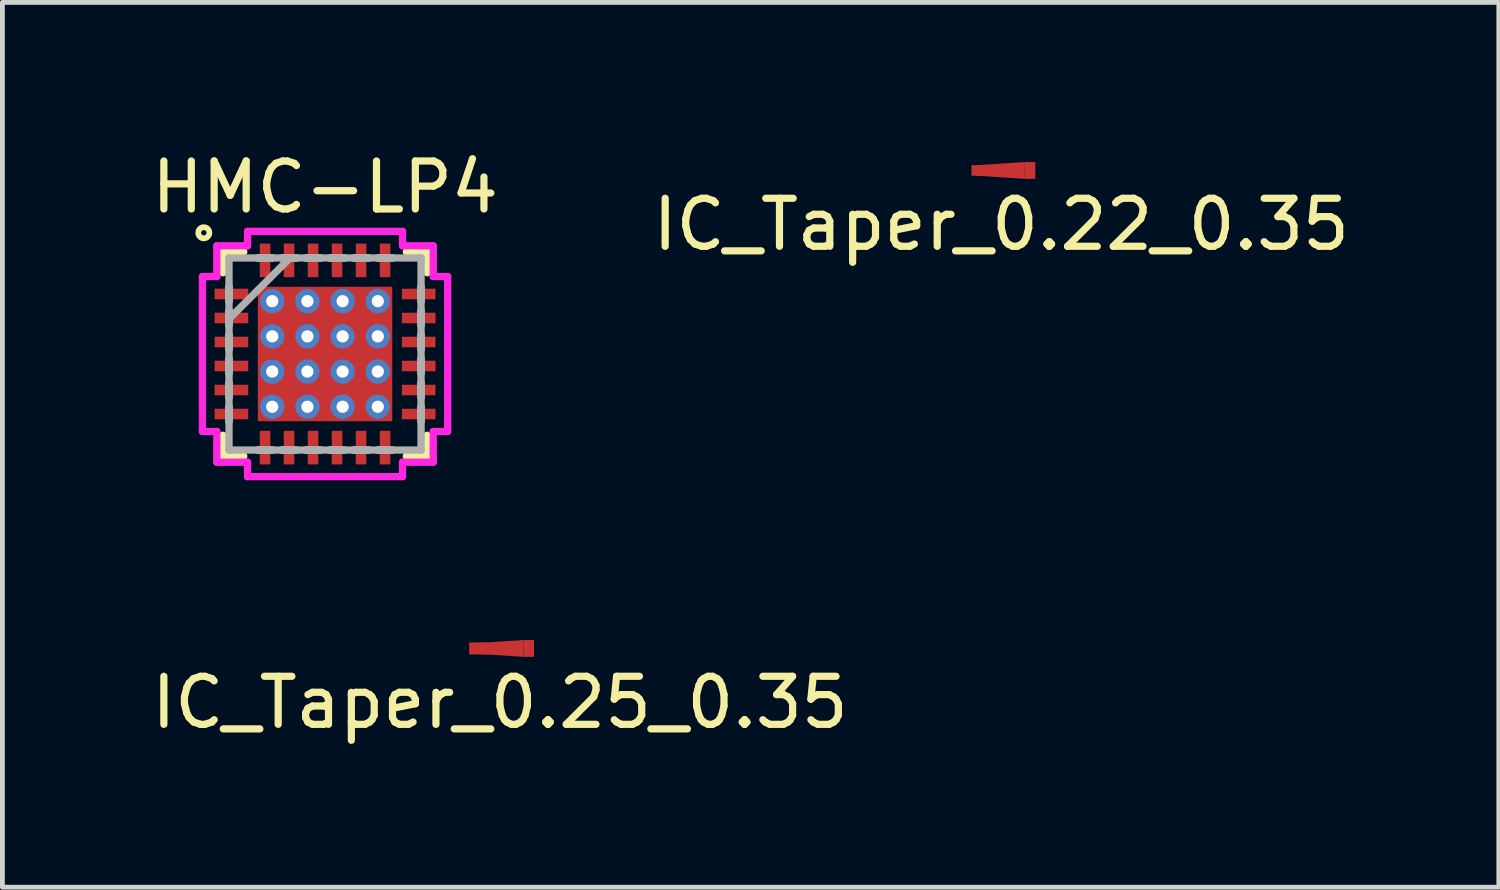
<source format=kicad_pcb>
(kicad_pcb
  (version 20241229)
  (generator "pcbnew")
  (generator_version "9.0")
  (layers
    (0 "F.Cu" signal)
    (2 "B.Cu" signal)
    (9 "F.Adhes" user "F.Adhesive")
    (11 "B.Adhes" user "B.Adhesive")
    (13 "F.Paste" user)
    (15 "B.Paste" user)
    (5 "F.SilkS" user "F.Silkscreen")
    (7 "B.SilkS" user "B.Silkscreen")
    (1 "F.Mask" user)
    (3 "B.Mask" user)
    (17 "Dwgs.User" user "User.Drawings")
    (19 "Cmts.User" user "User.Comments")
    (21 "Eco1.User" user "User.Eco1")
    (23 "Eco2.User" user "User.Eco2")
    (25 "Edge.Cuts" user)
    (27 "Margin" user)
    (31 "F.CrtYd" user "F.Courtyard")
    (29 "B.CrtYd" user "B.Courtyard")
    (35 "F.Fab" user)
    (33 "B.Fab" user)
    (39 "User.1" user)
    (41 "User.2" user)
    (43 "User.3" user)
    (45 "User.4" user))
  (footprint "IC_Taper_0.25_0.35"
    (layer "F.Cu")
    (at 7.353 10.456)
    (property "Reference" "IC_Taper_0.25_0.35" (at 0.01 1.125 180) (layer "F.SilkS") (effects (font (size 1 1) (thickness 0.15))))
    (attr through_hole)
    (fp_poly (pts (xy -0.5 0) (xy -0.5 -0.11) (xy 0.5 -0.175) (xy 0.5 0) (xy 0.5 0.175) (xy -0.5 0.11) (xy -0.5 0)) (stroke (width 0) (type solid)) (fill yes) (layer "F.Cu"))
    (pad "" smd rect (at 0.045 -0.003) (size 1.353 1) (layers "F.Mask"))
    (pad "1" smd rect (at -0.43 0) (size 0.4 0.25) (layers "F.Cu"))
    (pad "2" smd rect (at 0.61 0) (size 0.22 0.35) (layers "F.Cu")))
  (footprint "HMC-LP4"
    (layer "F.Cu")
    (at 3.72 4.323)
    (property "Reference" "HMC-LP4" (at 0 -3.475 0) (layer "F.SilkS") (effects (font (size 1 1) (thickness 0.15))))
    (attr through_hole)
    (fp_line (start -2.127 -2.127) (end -2.127 -1.693) (stroke (width 0.152) (type solid)) (layer "F.SilkS"))
    (fp_line (start -2.127 1.693) (end -2.127 2.127) (stroke (width 0.152) (type solid)) (layer "F.SilkS"))
    (fp_line (start -2.127 2.127) (end -1.693 2.127) (stroke (width 0.152) (type solid)) (layer "F.SilkS"))
    (fp_line (start -1.693 -2.127) (end -2.127 -2.127) (stroke (width 0.152) (type solid)) (layer "F.SilkS"))
    (fp_line (start 1.693 2.127) (end 2.127 2.127) (stroke (width 0.152) (type solid)) (layer "F.SilkS"))
    (fp_line (start 2.127 -2.127) (end 1.693 -2.127) (stroke (width 0.152) (type solid)) (layer "F.SilkS"))
    (fp_line (start 2.127 -1.693) (end 2.127 -2.127) (stroke (width 0.152) (type solid)) (layer "F.SilkS"))
    (fp_line (start 2.127 2.127) (end 2.127 1.693) (stroke (width 0.152) (type solid)) (layer "F.SilkS"))
    (fp_circle (center -2.525 -2.525) (end -2.575 -2.55) (stroke (width 0.12) (type solid)) (fill no) (layer "F.SilkS"))
    (fp_line (start -2.554 -1.614) (end -2.254 -1.614) (stroke (width 0.152) (type solid)) (layer "F.CrtYd"))
    (fp_line (start -2.554 1.614) (end -2.554 -1.614) (stroke (width 0.152) (type solid)) (layer "F.CrtYd"))
    (fp_line (start -2.254 -2.254) (end -1.614 -2.254) (stroke (width 0.152) (type solid)) (layer "F.CrtYd"))
    (fp_line (start -2.254 -1.614) (end -2.254 -2.254) (stroke (width 0.152) (type solid)) (layer "F.CrtYd"))
    (fp_line (start -2.254 1.614) (end -2.554 1.614) (stroke (width 0.152) (type solid)) (layer "F.CrtYd"))
    (fp_line (start -2.254 2.254) (end -2.254 1.614) (stroke (width 0.152) (type solid)) (layer "F.CrtYd"))
    (fp_line (start -1.614 -2.554) (end 1.614 -2.554) (stroke (width 0.152) (type solid)) (layer "F.CrtYd"))
    (fp_line (start -1.614 -2.254) (end -1.614 -2.554) (stroke (width 0.152) (type solid)) (layer "F.CrtYd"))
    (fp_line (start -1.614 2.254) (end -2.254 2.254) (stroke (width 0.152) (type solid)) (layer "F.CrtYd"))
    (fp_line (start -1.614 2.554) (end -1.614 2.254) (stroke (width 0.152) (type solid)) (layer "F.CrtYd"))
    (fp_line (start 1.614 -2.554) (end 1.614 -2.254) (stroke (width 0.152) (type solid)) (layer "F.CrtYd"))
    (fp_line (start 1.614 -2.254) (end 2.254 -2.254) (stroke (width 0.152) (type solid)) (layer "F.CrtYd"))
    (fp_line (start 1.614 2.254) (end 1.614 2.554) (stroke (width 0.152) (type solid)) (layer "F.CrtYd"))
    (fp_line (start 1.614 2.554) (end -1.614 2.554) (stroke (width 0.152) (type solid)) (layer "F.CrtYd"))
    (fp_line (start 2.254 -2.254) (end 2.254 -1.614) (stroke (width 0.152) (type solid)) (layer "F.CrtYd"))
    (fp_line (start 2.254 -1.614) (end 2.554 -1.614) (stroke (width 0.152) (type solid)) (layer "F.CrtYd"))
    (fp_line (start 2.254 1.614) (end 2.254 2.254) (stroke (width 0.152) (type solid)) (layer "F.CrtYd"))
    (fp_line (start 2.254 2.254) (end 1.614 2.254) (stroke (width 0.152) (type solid)) (layer "F.CrtYd"))
    (fp_line (start 2.554 -1.614) (end 2.554 1.614) (stroke (width 0.152) (type solid)) (layer "F.CrtYd"))
    (fp_line (start 2.554 1.614) (end 2.254 1.614) (stroke (width 0.152) (type solid)) (layer "F.CrtYd"))
    (fp_line (start -2 -2) (end -2 -2) (stroke (width 0.152) (type solid)) (layer "F.Fab"))
    (fp_line (start -2 -2) (end -2 2) (stroke (width 0.152) (type solid)) (layer "F.Fab"))
    (fp_line (start -2 -1.4) (end -2 -1.4) (stroke (width 0.152) (type solid)) (layer "F.Fab"))
    (fp_line (start -2 -1.4) (end -2 -1.1) (stroke (width 0.152) (type solid)) (layer "F.Fab"))
    (fp_line (start -2 -1.1) (end -2 -1.4) (stroke (width 0.152) (type solid)) (layer "F.Fab"))
    (fp_line (start -2 -1.1) (end -2 -1.1) (stroke (width 0.152) (type solid)) (layer "F.Fab"))
    (fp_line (start -2 -0.9) (end -2 -0.9) (stroke (width 0.152) (type solid)) (layer "F.Fab"))
    (fp_line (start -2 -0.9) (end -2 -0.6) (stroke (width 0.152) (type solid)) (layer "F.Fab"))
    (fp_line (start -2 -0.73) (end -0.73 -2) (stroke (width 0.152) (type solid)) (layer "F.Fab"))
    (fp_line (start -2 -0.6) (end -2 -0.9) (stroke (width 0.152) (type solid)) (layer "F.Fab"))
    (fp_line (start -2 -0.6) (end -2 -0.6) (stroke (width 0.152) (type solid)) (layer "F.Fab"))
    (fp_line (start -2 -0.4) (end -2 -0.4) (stroke (width 0.152) (type solid)) (layer "F.Fab"))
    (fp_line (start -2 -0.4) (end -2 -0.1) (stroke (width 0.152) (type solid)) (layer "F.Fab"))
    (fp_line (start -2 -0.1) (end -2 -0.4) (stroke (width 0.152) (type solid)) (layer "F.Fab"))
    (fp_line (start -2 -0.1) (end -2 -0.1) (stroke (width 0.152) (type solid)) (layer "F.Fab"))
    (fp_line (start -2 0.1) (end -2 0.1) (stroke (width 0.152) (type solid)) (layer "F.Fab"))
    (fp_line (start -2 0.1) (end -2 0.4) (stroke (width 0.152) (type solid)) (layer "F.Fab"))
    (fp_line (start -2 0.4) (end -2 0.1) (stroke (width 0.152) (type solid)) (layer "F.Fab"))
    (fp_line (start -2 0.4) (end -2 0.4) (stroke (width 0.152) (type solid)) (layer "F.Fab"))
    (fp_line (start -2 0.6) (end -2 0.6) (stroke (width 0.152) (type solid)) (layer "F.Fab"))
    (fp_line (start -2 0.6) (end -2 0.9) (stroke (width 0.152) (type solid)) (layer "F.Fab"))
    (fp_line (start -2 0.9) (end -2 0.6) (stroke (width 0.152) (type solid)) (layer "F.Fab"))
    (fp_line (start -2 0.9) (end -2 0.9) (stroke (width 0.152) (type solid)) (layer "F.Fab"))
    (fp_line (start -2 1.1) (end -2 1.1) (stroke (width 0.152) (type solid)) (layer "F.Fab"))
    (fp_line (start -2 1.1) (end -2 1.4) (stroke (width 0.152) (type solid)) (layer "F.Fab"))
    (fp_line (start -2 1.4) (end -2 1.1) (stroke (width 0.152) (type solid)) (layer "F.Fab"))
    (fp_line (start -2 1.4) (end -2 1.4) (stroke (width 0.152) (type solid)) (layer "F.Fab"))
    (fp_line (start -2 2) (end -2 2) (stroke (width 0.152) (type solid)) (layer "F.Fab"))
    (fp_line (start -2 2) (end 2 2) (stroke (width 0.152) (type solid)) (layer "F.Fab"))
    (fp_line (start -1.4 -2) (end -1.4 -2) (stroke (width 0.152) (type solid)) (layer "F.Fab"))
    (fp_line (start -1.4 -2) (end -1.1 -2) (stroke (width 0.152) (type solid)) (layer "F.Fab"))
    (fp_line (start -1.4 2) (end -1.4 2) (stroke (width 0.152) (type solid)) (layer "F.Fab"))
    (fp_line (start -1.4 2) (end -1.1 2) (stroke (width 0.152) (type solid)) (layer "F.Fab"))
    (fp_line (start -1.1 -2) (end -1.4 -2) (stroke (width 0.152) (type solid)) (layer "F.Fab"))
    (fp_line (start -1.1 -2) (end -1.1 -2) (stroke (width 0.152) (type solid)) (layer "F.Fab"))
    (fp_line (start -1.1 2) (end -1.4 2) (stroke (width 0.152) (type solid)) (layer "F.Fab"))
    (fp_line (start -1.1 2) (end -1.1 2) (stroke (width 0.152) (type solid)) (layer "F.Fab"))
    (fp_line (start -0.9 -2) (end -0.9 -2) (stroke (width 0.152) (type solid)) (layer "F.Fab"))
    (fp_line (start -0.9 -2) (end -0.6 -2) (stroke (width 0.152) (type solid)) (layer "F.Fab"))
    (fp_line (start -0.9 2) (end -0.9 2) (stroke (width 0.152) (type solid)) (layer "F.Fab"))
    (fp_line (start -0.9 2) (end -0.6 2) (stroke (width 0.152) (type solid)) (layer "F.Fab"))
    (fp_line (start -0.6 -2) (end -0.9 -2) (stroke (width 0.152) (type solid)) (layer "F.Fab"))
    (fp_line (start -0.6 -2) (end -0.6 -2) (stroke (width 0.152) (type solid)) (layer "F.Fab"))
    (fp_line (start -0.6 2) (end -0.9 2) (stroke (width 0.152) (type solid)) (layer "F.Fab"))
    (fp_line (start -0.6 2) (end -0.6 2) (stroke (width 0.152) (type solid)) (layer "F.Fab"))
    (fp_line (start -0.4 -2) (end -0.4 -2) (stroke (width 0.152) (type solid)) (layer "F.Fab"))
    (fp_line (start -0.4 -2) (end -0.1 -2) (stroke (width 0.152) (type solid)) (layer "F.Fab"))
    (fp_line (start -0.4 2) (end -0.4 2) (stroke (width 0.152) (type solid)) (layer "F.Fab"))
    (fp_line (start -0.4 2) (end -0.1 2) (stroke (width 0.152) (type solid)) (layer "F.Fab"))
    (fp_line (start -0.1 -2) (end -0.4 -2) (stroke (width 0.152) (type solid)) (layer "F.Fab"))
    (fp_line (start -0.1 -2) (end -0.1 -2) (stroke (width 0.152) (type solid)) (layer "F.Fab"))
    (fp_line (start -0.1 2) (end -0.4 2) (stroke (width 0.152) (type solid)) (layer "F.Fab"))
    (fp_line (start -0.1 2) (end -0.1 2) (stroke (width 0.152) (type solid)) (layer "F.Fab"))
    (fp_line (start 0.1 -2) (end 0.1 -2) (stroke (width 0.152) (type solid)) (layer "F.Fab"))
    (fp_line (start 0.1 -2) (end 0.4 -2) (stroke (width 0.152) (type solid)) (layer "F.Fab"))
    (fp_line (start 0.1 2) (end 0.1 2) (stroke (width 0.152) (type solid)) (layer "F.Fab"))
    (fp_line (start 0.1 2) (end 0.4 2) (stroke (width 0.152) (type solid)) (layer "F.Fab"))
    (fp_line (start 0.4 -2) (end 0.1 -2) (stroke (width 0.152) (type solid)) (layer "F.Fab"))
    (fp_line (start 0.4 -2) (end 0.4 -2) (stroke (width 0.152) (type solid)) (layer "F.Fab"))
    (fp_line (start 0.4 2) (end 0.1 2) (stroke (width 0.152) (type solid)) (layer "F.Fab"))
    (fp_line (start 0.4 2) (end 0.4 2) (stroke (width 0.152) (type solid)) (layer "F.Fab"))
    (fp_line (start 0.6 -2) (end 0.6 -2) (stroke (width 0.152) (type solid)) (layer "F.Fab"))
    (fp_line (start 0.6 -2) (end 0.9 -2) (stroke (width 0.152) (type solid)) (layer "F.Fab"))
    (fp_line (start 0.6 2) (end 0.6 2) (stroke (width 0.152) (type solid)) (layer "F.Fab"))
    (fp_line (start 0.6 2) (end 0.9 2) (stroke (width 0.152) (type solid)) (layer "F.Fab"))
    (fp_line (start 0.9 -2) (end 0.6 -2) (stroke (width 0.152) (type solid)) (layer "F.Fab"))
    (fp_line (start 0.9 -2) (end 0.9 -2) (stroke (width 0.152) (type solid)) (layer "F.Fab"))
    (fp_line (start 0.9 2) (end 0.6 2) (stroke (width 0.152) (type solid)) (layer "F.Fab"))
    (fp_line (start 0.9 2) (end 0.9 2) (stroke (width 0.152) (type solid)) (layer "F.Fab"))
    (fp_line (start 1.1 -2) (end 1.1 -2) (stroke (width 0.152) (type solid)) (layer "F.Fab"))
    (fp_line (start 1.1 -2) (end 1.4 -2) (stroke (width 0.152) (type solid)) (layer "F.Fab"))
    (fp_line (start 1.1 2) (end 1.1 2) (stroke (width 0.152) (type solid)) (layer "F.Fab"))
    (fp_line (start 1.1 2) (end 1.4 2) (stroke (width 0.152) (type solid)) (layer "F.Fab"))
    (fp_line (start 1.4 -2) (end 1.1 -2) (stroke (width 0.152) (type solid)) (layer "F.Fab"))
    (fp_line (start 1.4 -2) (end 1.4 -2) (stroke (width 0.152) (type solid)) (layer "F.Fab"))
    (fp_line (start 1.4 2) (end 1.1 2) (stroke (width 0.152) (type solid)) (layer "F.Fab"))
    (fp_line (start 1.4 2) (end 1.4 2) (stroke (width 0.152) (type solid)) (layer "F.Fab"))
    (fp_line (start 2 -2) (end -2 -2) (stroke (width 0.152) (type solid)) (layer "F.Fab"))
    (fp_line (start 2 -2) (end 2 -2) (stroke (width 0.152) (type solid)) (layer "F.Fab"))
    (fp_line (start 2 -1.4) (end 2 -1.4) (stroke (width 0.152) (type solid)) (layer "F.Fab"))
    (fp_line (start 2 -1.4) (end 2 -1.1) (stroke (width 0.152) (type solid)) (layer "F.Fab"))
    (fp_line (start 2 -1.1) (end 2 -1.4) (stroke (width 0.152) (type solid)) (layer "F.Fab"))
    (fp_line (start 2 -1.1) (end 2 -1.1) (stroke (width 0.152) (type solid)) (layer "F.Fab"))
    (fp_line (start 2 -0.9) (end 2 -0.9) (stroke (width 0.152) (type solid)) (layer "F.Fab"))
    (fp_line (start 2 -0.9) (end 2 -0.6) (stroke (width 0.152) (type solid)) (layer "F.Fab"))
    (fp_line (start 2 -0.6) (end 2 -0.9) (stroke (width 0.152) (type solid)) (layer "F.Fab"))
    (fp_line (start 2 -0.6) (end 2 -0.6) (stroke (width 0.152) (type solid)) (layer "F.Fab"))
    (fp_line (start 2 -0.4) (end 2 -0.4) (stroke (width 0.152) (type solid)) (layer "F.Fab"))
    (fp_line (start 2 -0.4) (end 2 -0.1) (stroke (width 0.152) (type solid)) (layer "F.Fab"))
    (fp_line (start 2 -0.1) (end 2 -0.4) (stroke (width 0.152) (type solid)) (layer "F.Fab"))
    (fp_line (start 2 -0.1) (end 2 -0.1) (stroke (width 0.152) (type solid)) (layer "F.Fab"))
    (fp_line (start 2 0.1) (end 2 0.1) (stroke (width 0.152) (type solid)) (layer "F.Fab"))
    (fp_line (start 2 0.1) (end 2 0.4) (stroke (width 0.152) (type solid)) (layer "F.Fab"))
    (fp_line (start 2 0.4) (end 2 0.1) (stroke (width 0.152) (type solid)) (layer "F.Fab"))
    (fp_line (start 2 0.4) (end 2 0.4) (stroke (width 0.152) (type solid)) (layer "F.Fab"))
    (fp_line (start 2 0.6) (end 2 0.6) (stroke (width 0.152) (type solid)) (layer "F.Fab"))
    (fp_line (start 2 0.6) (end 2 0.9) (stroke (width 0.152) (type solid)) (layer "F.Fab"))
    (fp_line (start 2 0.9) (end 2 0.6) (stroke (width 0.152) (type solid)) (layer "F.Fab"))
    (fp_line (start 2 0.9) (end 2 0.9) (stroke (width 0.152) (type solid)) (layer "F.Fab"))
    (fp_line (start 2 1.1) (end 2 1.1) (stroke (width 0.152) (type solid)) (layer "F.Fab"))
    (fp_line (start 2 1.1) (end 2 1.4) (stroke (width 0.152) (type solid)) (layer "F.Fab"))
    (fp_line (start 2 1.4) (end 2 1.1) (stroke (width 0.152) (type solid)) (layer "F.Fab"))
    (fp_line (start 2 1.4) (end 2 1.4) (stroke (width 0.152) (type solid)) (layer "F.Fab"))
    (fp_line (start 2 2) (end 2 -2) (stroke (width 0.152) (type solid)) (layer "F.Fab"))
    (fp_line (start 2 2) (end 2 2) (stroke (width 0.152) (type solid)) (layer "F.Fab"))
    (pad "" smd roundrect (at -1.95 -1.25 90) (size 0.15 0.63) (layers "F.Paste") (roundrect_rratio 0.5))
    (pad "" smd roundrect (at -1.95 -0.75 90) (size 0.15 0.63) (layers "F.Paste") (roundrect_rratio 0.5))
    (pad "" smd roundrect (at -1.95 -0.25 90) (size 0.15 0.63) (layers "F.Paste") (roundrect_rratio 0.5))
    (pad "" smd roundrect (at -1.95 0.25 90) (size 0.15 0.63) (layers "F.Paste") (roundrect_rratio 0.5))
    (pad "" smd roundrect (at -1.95 0.75 90) (size 0.15 0.63) (layers "F.Paste") (roundrect_rratio 0.5))
    (pad "" smd roundrect (at -1.95 1.25 90) (size 0.15 0.63) (layers "F.Paste") (roundrect_rratio 0.5))
    (pad "" smd rect (at -1.925 0) (size 0.762 2.946) (layers "F.Mask"))
    (pad "" smd roundrect (at -1.25 -1.95 90) (size 0.63 0.15) (layers "F.Paste") (roundrect_rratio 0.5))
    (pad "" smd roundrect (at -1.25 1.95 90) (size 0.63 0.15) (layers "F.Paste") (roundrect_rratio 0.5))
    (pad "" smd roundrect (at -0.75 -1.95 90) (size 0.63 0.15) (layers "F.Paste") (roundrect_rratio 0.5))
    (pad "" smd roundrect (at -0.75 1.95 90) (size 0.63 0.15) (layers "F.Paste") (roundrect_rratio 0.5))
    (pad "" smd roundrect (at -0.6 -0.6) (size 1 1) (layers "F.Paste") (roundrect_rratio 0.25))
    (pad "" smd roundrect (at -0.6 0.6) (size 1 1) (layers "F.Paste") (roundrect_rratio 0.25))
    (pad "" smd roundrect (at -0.25 -1.95 90) (size 0.63 0.15) (layers "F.Paste") (roundrect_rratio 0.5))
    (pad "" smd roundrect (at -0.25 1.95 90) (size 0.63 0.15) (layers "F.Paste") (roundrect_rratio 0.5))
    (pad "" smd rect (at 0 -1.925) (size 2.946 0.762) (layers "F.Mask"))
    (pad "" smd rect (at 0 0) (size 2.6 2.6) (layers "F.Mask"))
    (pad "" smd rect (at 0 1.925) (size 2.946 0.762) (layers "F.Mask"))
    (pad "" smd roundrect (at 0.25 -1.95 90) (size 0.63 0.15) (layers "F.Paste") (roundrect_rratio 0.5))
    (pad "" smd roundrect (at 0.25 1.95 90) (size 0.63 0.15) (layers "F.Paste") (roundrect_rratio 0.5))
    (pad "" smd roundrect (at 0.6 -0.6) (size 1 1) (layers "F.Paste") (roundrect_rratio 0.25))
    (pad "" smd roundrect (at 0.6 0.6) (size 1 1) (layers "F.Paste") (roundrect_rratio 0.25))
    (pad "" smd roundrect (at 0.75 -1.95 90) (size 0.63 0.15) (layers "F.Paste") (roundrect_rratio 0.5))
    (pad "" smd roundrect (at 0.75 1.95 90) (size 0.63 0.15) (layers "F.Paste") (roundrect_rratio 0.5))
    (pad "" smd roundrect (at 1.25 -1.95 90) (size 0.63 0.15) (layers "F.Paste") (roundrect_rratio 0.5))
    (pad "" smd roundrect (at 1.25 1.95 90) (size 0.63 0.15) (layers "F.Paste") (roundrect_rratio 0.5))
    (pad "" smd rect (at 1.925 0) (size 0.762 2.946) (layers "F.Mask"))
    (pad "" smd roundrect (at 1.95 -1.25 90) (size 0.15 0.63) (layers "F.Paste") (roundrect_rratio 0.5))
    (pad "" smd roundrect (at 1.95 -0.75 90) (size 0.15 0.63) (layers "F.Paste") (roundrect_rratio 0.5))
    (pad "" smd roundrect (at 1.95 -0.25 90) (size 0.15 0.63) (layers "F.Paste") (roundrect_rratio 0.5))
    (pad "" smd roundrect (at 1.95 0.25 90) (size 0.15 0.63) (layers "F.Paste") (roundrect_rratio 0.5))
    (pad "" smd roundrect (at 1.95 0.75 90) (size 0.15 0.63) (layers "F.Paste") (roundrect_rratio 0.5))
    (pad "" smd roundrect (at 1.95 1.25 90) (size 0.15 0.65) (layers "F.Paste") (roundrect_rratio 0.5))
    (pad "1" smd rect (at -1.95 -1.25 90) (size 0.22 0.7) (layers "F.Cu"))
    (pad "2" smd rect (at -1.95 -0.75 90) (size 0.22 0.7) (layers "F.Cu"))
    (pad "3" smd rect (at -1.95 -0.25 90) (size 0.22 0.7) (layers "F.Cu"))
    (pad "4" smd rect (at -1.95 0.25 90) (size 0.22 0.7) (layers "F.Cu"))
    (pad "5" smd rect (at -1.95 0.75 90) (size 0.22 0.7) (layers "F.Cu"))
    (pad "6" smd rect (at -1.95 1.25 90) (size 0.22 0.7) (layers "F.Cu"))
    (pad "7" smd rect (at -1.25 1.95) (size 0.22 0.7) (layers "F.Cu"))
    (pad "8" smd rect (at -0.75 1.95) (size 0.22 0.7) (layers "F.Cu"))
    (pad "9" smd rect (at -0.25 1.95) (size 0.22 0.7) (layers "F.Cu"))
    (pad "10" smd rect (at 0.25 1.95) (size 0.22 0.7) (layers "F.Cu"))
    (pad "11" smd rect (at 0.75 1.95) (size 0.22 0.7) (layers "F.Cu"))
    (pad "12" smd rect (at 1.25 1.95) (size 0.22 0.7) (layers "F.Cu"))
    (pad "13" smd rect (at 1.95 1.25 90) (size 0.22 0.7) (layers "F.Cu"))
    (pad "14" smd rect (at 1.95 0.75 90) (size 0.22 0.7) (layers "F.Cu"))
    (pad "15" smd rect (at 1.95 0.25 90) (size 0.22 0.7) (layers "F.Cu"))
    (pad "16" smd rect (at 1.95 -0.25 90) (size 0.22 0.7) (layers "F.Cu"))
    (pad "17" smd rect (at 1.95 -0.75 90) (size 0.22 0.7) (layers "F.Cu"))
    (pad "18" smd rect (at 1.95 -1.25 90) (size 0.22 0.7) (layers "F.Cu"))
    (pad "19" smd rect (at 1.25 -1.95) (size 0.22 0.7) (layers "F.Cu"))
    (pad "20" smd rect (at 0.75 -1.95) (size 0.22 0.7) (layers "F.Cu"))
    (pad "21" smd rect (at 0.25 -1.95) (size 0.22 0.7) (layers "F.Cu"))
    (pad "22" smd rect (at -0.25 -1.95) (size 0.22 0.7) (layers "F.Cu"))
    (pad "23" smd rect (at -0.75 -1.95) (size 0.22 0.7) (layers "F.Cu"))
    (pad "24" smd rect (at -1.25 -1.95) (size 0.22 0.7) (layers "F.Cu"))
    (pad "25" thru_hole circle (at -1.1 -1.1) (size 0.508 0.508) (drill 0.254) (layers "*.Cu"))
    (pad "25" thru_hole circle (at -1.1 -0.367) (size 0.508 0.508) (drill 0.254) (layers "*.Cu"))
    (pad "25" thru_hole circle (at -1.1 0.366) (size 0.508 0.508) (drill 0.254) (layers "*.Cu"))
    (pad "25" thru_hole circle (at -1.1 1.099) (size 0.508 0.508) (drill 0.254) (layers "*.Cu"))
    (pad "25" thru_hole circle (at -0.367 -1.1) (size 0.508 0.508) (drill 0.254) (layers "*.Cu"))
    (pad "25" thru_hole circle (at -0.367 -0.367) (size 0.508 0.508) (drill 0.254) (layers "*.Cu"))
    (pad "25" thru_hole circle (at -0.367 0.366) (size 0.508 0.508) (drill 0.254) (layers "*.Cu"))
    (pad "25" thru_hole circle (at -0.367 1.099) (size 0.508 0.508) (drill 0.254) (layers "*.Cu"))
    (pad "25" smd rect (at 0 0) (size 2.8 2.8) (layers "F.Cu"))
    (pad "25" thru_hole circle (at 0.366 -1.1) (size 0.508 0.508) (drill 0.254) (layers "*.Cu"))
    (pad "25" thru_hole circle (at 0.366 -0.367) (size 0.508 0.508) (drill 0.254) (layers "*.Cu"))
    (pad "25" thru_hole circle (at 0.366 0.366) (size 0.508 0.508) (drill 0.254) (layers "*.Cu"))
    (pad "25" thru_hole circle (at 0.366 1.099) (size 0.508 0.508) (drill 0.254) (layers "*.Cu"))
    (pad "25" thru_hole circle (at 1.099 -1.1) (size 0.508 0.508) (drill 0.254) (layers "*.Cu"))
    (pad "25" thru_hole circle (at 1.099 -0.367) (size 0.508 0.508) (drill 0.254) (layers "*.Cu"))
    (pad "25" thru_hole circle (at 1.099 0.366) (size 0.508 0.508) (drill 0.254) (layers "*.Cu"))
    (pad "25" thru_hole circle (at 1.099 1.099) (size 0.508 0.508) (drill 0.254) (layers "*.Cu")))
  (footprint "IC_Taper_0.22_0.35"
    (layer "F.Cu")
    (at 17.794 0.5)
    (property "Reference" "IC_Taper_0.22_0.35" (at 0.01 1.125 0) (layer "F.SilkS") (effects (font (size 1 1) (thickness 0.15))))
    (attr through_hole)
    (fp_poly (pts (xy -0.5 0) (xy -0.5 -0.11) (xy 0.5 -0.175) (xy 0.5 0) (xy 0.5 0.175) (xy -0.5 0.11) (xy -0.5 0)) (stroke (width 0) (type solid)) (fill yes) (layer "F.Cu"))
    (pad "" smd rect (at 0.055 0) (size 1.333 1) (layers "F.Mask"))
    (pad "1" smd rect (at -0.5 0) (size 0.22 0.22) (layers "F.Cu"))
    (pad "2" smd rect (at 0.61 0) (size 0.22 0.35) (layers "F.Cu")))
  (gr_rect
    (start -3 -3)
    (end 28.167 15.429)
    (stroke (width 0.1) (type default))
    (fill no)
    (layer "Edge.Cuts")))
</source>
